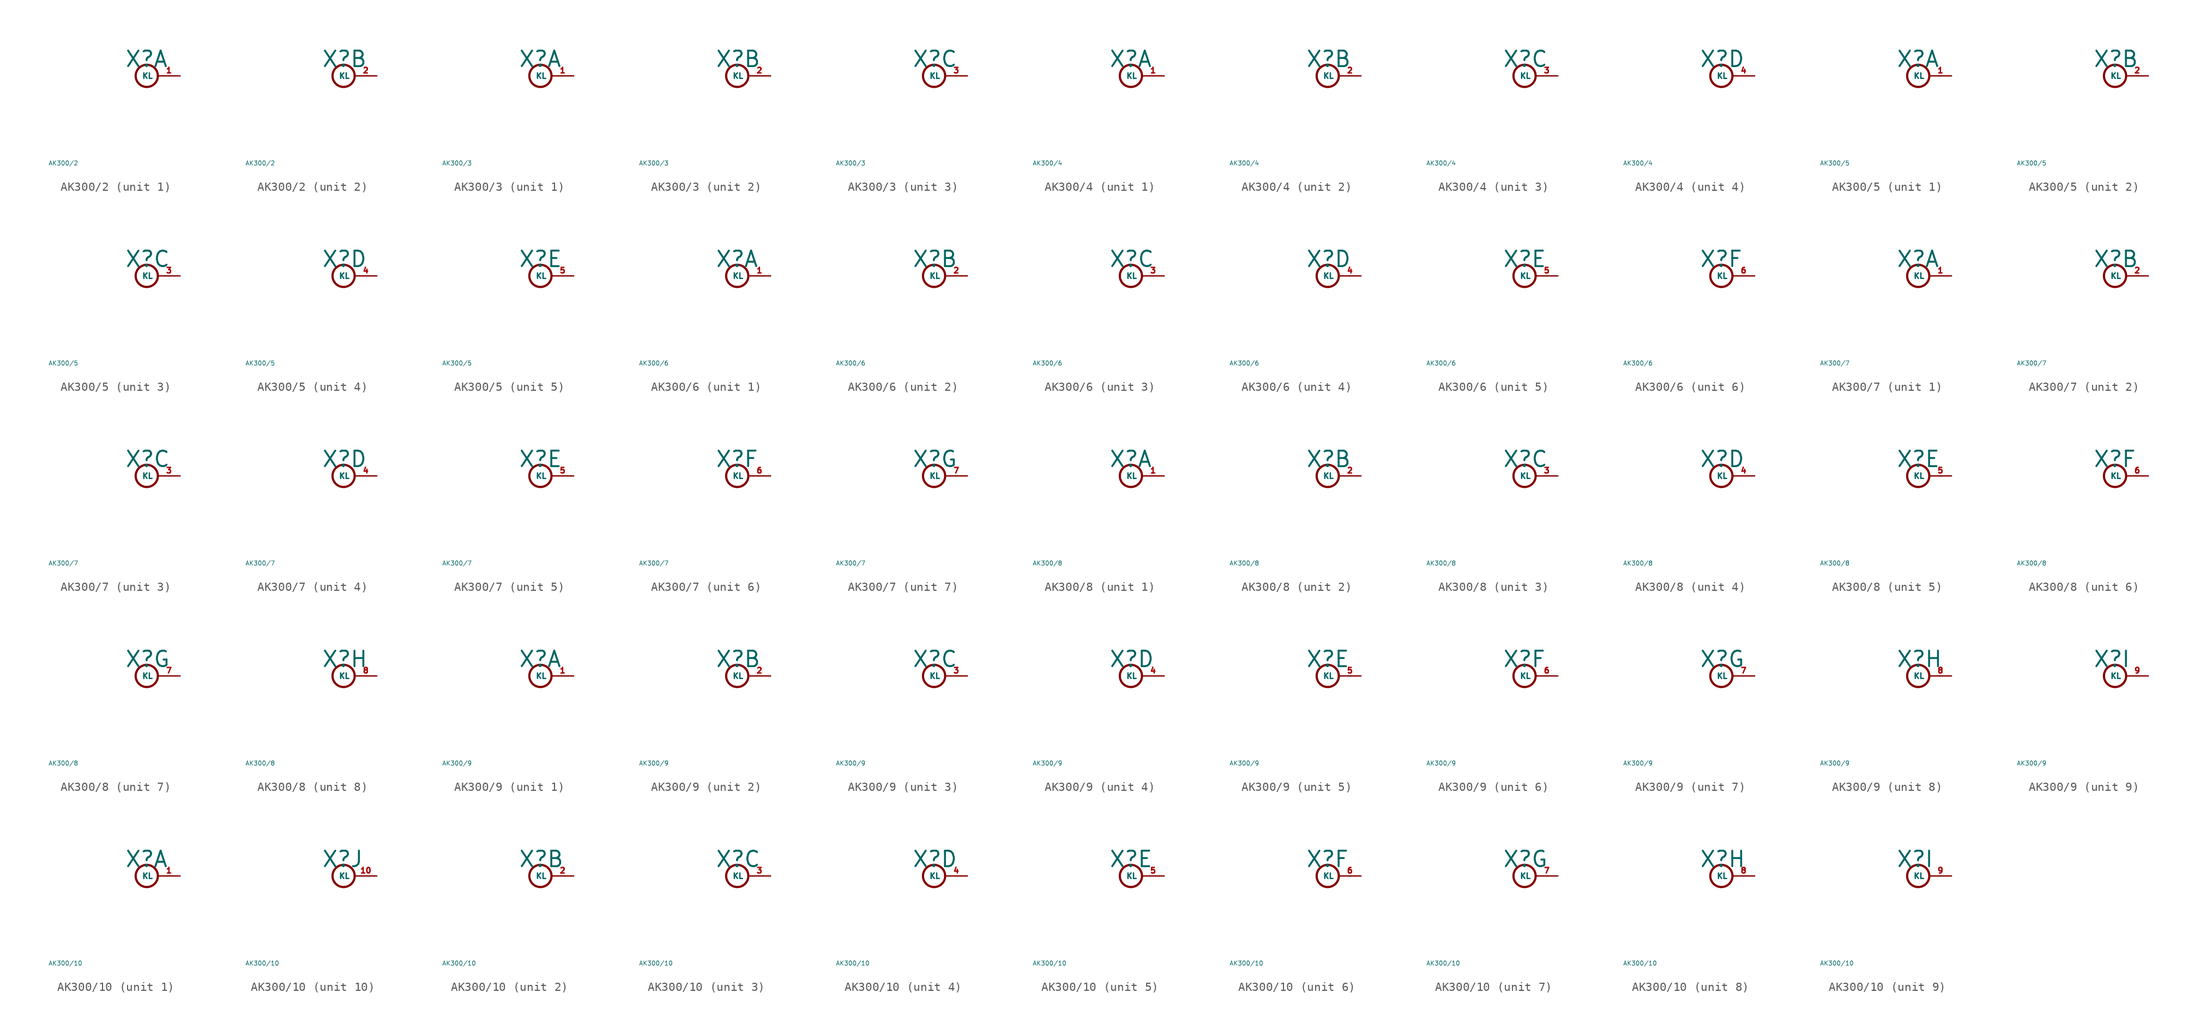
<source format=kicad_sym>
(kicad_symbol_lib
  (version 20220914)
  (generator Eagle2Kicad)
  (symbol "AK300/2"
    (property "Reference" "X"
      (at -1.27 0.889 0)
      (effects (font (size 1.778 1.778) (thickness 0.22)) (justify left bottom)))
    (property "Value" "AK300/2"
      (at -10 -10 0)
      (effects (font (size 0.5 0.5) (thickness 0.06)) (justify left)))
    (symbol "AK300/2_1_0"
      (circle (center 1.27 0) (radius 1.27) (stroke (width 0.254) (type default)) (fill (type none)))
      (pin passive line (at 5.08 0 180) (length 2.54) (name "KL" (effects (font (size 0.635 0.635) (thickness 0.08)) (justify left bottom))) (number "1" (effects (font (size 0.635 0.635) (thickness 0.08)) (justify left bottom)))))
    (symbol "AK300/2_2_0"
      (circle (center 1.27 0) (radius 1.27) (stroke (width 0.254) (type default)) (fill (type none)))
      (pin passive line (at 5.08 0 180) (length 2.54) (name "KL" (effects (font (size 0.635 0.635) (thickness 0.08)) (justify left bottom))) (number "2" (effects (font (size 0.635 0.635) (thickness 0.08)) (justify left bottom))))))
  (symbol "AK300/3"
    (property "Reference" "X"
      (at -1.27 0.889 0)
      (effects (font (size 1.778 1.778) (thickness 0.22)) (justify left bottom)))
    (property "Value" "AK300/3"
      (at -10 -10 0)
      (effects (font (size 0.5 0.5) (thickness 0.06)) (justify left)))
    (symbol "AK300/3_1_0"
      (circle (center 1.27 0) (radius 1.27) (stroke (width 0.254) (type default)) (fill (type none)))
      (pin passive line (at 5.08 0 180) (length 2.54) (name "KL" (effects (font (size 0.635 0.635) (thickness 0.08)) (justify left bottom))) (number "1" (effects (font (size 0.635 0.635) (thickness 0.08)) (justify left bottom)))))
    (symbol "AK300/3_2_0"
      (circle (center 1.27 0) (radius 1.27) (stroke (width 0.254) (type default)) (fill (type none)))
      (pin passive line (at 5.08 0 180) (length 2.54) (name "KL" (effects (font (size 0.635 0.635) (thickness 0.08)) (justify left bottom))) (number "2" (effects (font (size 0.635 0.635) (thickness 0.08)) (justify left bottom)))))
    (symbol "AK300/3_3_0"
      (circle (center 1.27 0) (radius 1.27) (stroke (width 0.254) (type default)) (fill (type none)))
      (pin passive line (at 5.08 0 180) (length 2.54) (name "KL" (effects (font (size 0.635 0.635) (thickness 0.08)) (justify left bottom))) (number "3" (effects (font (size 0.635 0.635) (thickness 0.08)) (justify left bottom))))))
  (symbol "AK300/4"
    (property "Reference" "X"
      (at -1.27 0.889 0)
      (effects (font (size 1.778 1.778) (thickness 0.22)) (justify left bottom)))
    (property "Value" "AK300/4"
      (at -10 -10 0)
      (effects (font (size 0.5 0.5) (thickness 0.06)) (justify left)))
    (symbol "AK300/4_1_0"
      (circle (center 1.27 0) (radius 1.27) (stroke (width 0.254) (type default)) (fill (type none)))
      (pin passive line (at 5.08 0 180) (length 2.54) (name "KL" (effects (font (size 0.635 0.635) (thickness 0.08)) (justify left bottom))) (number "1" (effects (font (size 0.635 0.635) (thickness 0.08)) (justify left bottom)))))
    (symbol "AK300/4_2_0"
      (circle (center 1.27 0) (radius 1.27) (stroke (width 0.254) (type default)) (fill (type none)))
      (pin passive line (at 5.08 0 180) (length 2.54) (name "KL" (effects (font (size 0.635 0.635) (thickness 0.08)) (justify left bottom))) (number "2" (effects (font (size 0.635 0.635) (thickness 0.08)) (justify left bottom)))))
    (symbol "AK300/4_3_0"
      (circle (center 1.27 0) (radius 1.27) (stroke (width 0.254) (type default)) (fill (type none)))
      (pin passive line (at 5.08 0 180) (length 2.54) (name "KL" (effects (font (size 0.635 0.635) (thickness 0.08)) (justify left bottom))) (number "3" (effects (font (size 0.635 0.635) (thickness 0.08)) (justify left bottom)))))
    (symbol "AK300/4_4_0"
      (circle (center 1.27 0) (radius 1.27) (stroke (width 0.254) (type default)) (fill (type none)))
      (pin passive line (at 5.08 0 180) (length 2.54) (name "KL" (effects (font (size 0.635 0.635) (thickness 0.08)) (justify left bottom))) (number "4" (effects (font (size 0.635 0.635) (thickness 0.08)) (justify left bottom))))))
  (symbol "AK300/5"
    (property "Reference" "X"
      (at -1.27 0.889 0)
      (effects (font (size 1.778 1.778) (thickness 0.22)) (justify left bottom)))
    (property "Value" "AK300/5"
      (at -10 -10 0)
      (effects (font (size 0.5 0.5) (thickness 0.06)) (justify left)))
    (symbol "AK300/5_1_0"
      (circle (center 1.27 0) (radius 1.27) (stroke (width 0.254) (type default)) (fill (type none)))
      (pin passive line (at 5.08 0 180) (length 2.54) (name "KL" (effects (font (size 0.635 0.635) (thickness 0.08)) (justify left bottom))) (number "1" (effects (font (size 0.635 0.635) (thickness 0.08)) (justify left bottom)))))
    (symbol "AK300/5_2_0"
      (circle (center 1.27 0) (radius 1.27) (stroke (width 0.254) (type default)) (fill (type none)))
      (pin passive line (at 5.08 0 180) (length 2.54) (name "KL" (effects (font (size 0.635 0.635) (thickness 0.08)) (justify left bottom))) (number "2" (effects (font (size 0.635 0.635) (thickness 0.08)) (justify left bottom)))))
    (symbol "AK300/5_3_0"
      (circle (center 1.27 0) (radius 1.27) (stroke (width 0.254) (type default)) (fill (type none)))
      (pin passive line (at 5.08 0 180) (length 2.54) (name "KL" (effects (font (size 0.635 0.635) (thickness 0.08)) (justify left bottom))) (number "3" (effects (font (size 0.635 0.635) (thickness 0.08)) (justify left bottom)))))
    (symbol "AK300/5_4_0"
      (circle (center 1.27 0) (radius 1.27) (stroke (width 0.254) (type default)) (fill (type none)))
      (pin passive line (at 5.08 0 180) (length 2.54) (name "KL" (effects (font (size 0.635 0.635) (thickness 0.08)) (justify left bottom))) (number "4" (effects (font (size 0.635 0.635) (thickness 0.08)) (justify left bottom)))))
    (symbol "AK300/5_5_0"
      (circle (center 1.27 0) (radius 1.27) (stroke (width 0.254) (type default)) (fill (type none)))
      (pin passive line (at 5.08 0 180) (length 2.54) (name "KL" (effects (font (size 0.635 0.635) (thickness 0.08)) (justify left bottom))) (number "5" (effects (font (size 0.635 0.635) (thickness 0.08)) (justify left bottom))))))
  (symbol "AK300/6"
    (property "Reference" "X"
      (at -1.27 0.889 0)
      (effects (font (size 1.778 1.778) (thickness 0.22)) (justify left bottom)))
    (property "Value" "AK300/6"
      (at -10 -10 0)
      (effects (font (size 0.5 0.5) (thickness 0.06)) (justify left)))
    (symbol "AK300/6_1_0"
      (circle (center 1.27 0) (radius 1.27) (stroke (width 0.254) (type default)) (fill (type none)))
      (pin passive line (at 5.08 0 180) (length 2.54) (name "KL" (effects (font (size 0.635 0.635) (thickness 0.08)) (justify left bottom))) (number "1" (effects (font (size 0.635 0.635) (thickness 0.08)) (justify left bottom)))))
    (symbol "AK300/6_2_0"
      (circle (center 1.27 0) (radius 1.27) (stroke (width 0.254) (type default)) (fill (type none)))
      (pin passive line (at 5.08 0 180) (length 2.54) (name "KL" (effects (font (size 0.635 0.635) (thickness 0.08)) (justify left bottom))) (number "2" (effects (font (size 0.635 0.635) (thickness 0.08)) (justify left bottom)))))
    (symbol "AK300/6_3_0"
      (circle (center 1.27 0) (radius 1.27) (stroke (width 0.254) (type default)) (fill (type none)))
      (pin passive line (at 5.08 0 180) (length 2.54) (name "KL" (effects (font (size 0.635 0.635) (thickness 0.08)) (justify left bottom))) (number "3" (effects (font (size 0.635 0.635) (thickness 0.08)) (justify left bottom)))))
    (symbol "AK300/6_4_0"
      (circle (center 1.27 0) (radius 1.27) (stroke (width 0.254) (type default)) (fill (type none)))
      (pin passive line (at 5.08 0 180) (length 2.54) (name "KL" (effects (font (size 0.635 0.635) (thickness 0.08)) (justify left bottom))) (number "4" (effects (font (size 0.635 0.635) (thickness 0.08)) (justify left bottom)))))
    (symbol "AK300/6_5_0"
      (circle (center 1.27 0) (radius 1.27) (stroke (width 0.254) (type default)) (fill (type none)))
      (pin passive line (at 5.08 0 180) (length 2.54) (name "KL" (effects (font (size 0.635 0.635) (thickness 0.08)) (justify left bottom))) (number "5" (effects (font (size 0.635 0.635) (thickness 0.08)) (justify left bottom)))))
    (symbol "AK300/6_6_0"
      (circle (center 1.27 0) (radius 1.27) (stroke (width 0.254) (type default)) (fill (type none)))
      (pin passive line (at 5.08 0 180) (length 2.54) (name "KL" (effects (font (size 0.635 0.635) (thickness 0.08)) (justify left bottom))) (number "6" (effects (font (size 0.635 0.635) (thickness 0.08)) (justify left bottom))))))
  (symbol "AK300/7"
    (property "Reference" "X"
      (at -1.27 0.889 0)
      (effects (font (size 1.778 1.778) (thickness 0.22)) (justify left bottom)))
    (property "Value" "AK300/7"
      (at -10 -10 0)
      (effects (font (size 0.5 0.5) (thickness 0.06)) (justify left)))
    (symbol "AK300/7_1_0"
      (circle (center 1.27 0) (radius 1.27) (stroke (width 0.254) (type default)) (fill (type none)))
      (pin passive line (at 5.08 0 180) (length 2.54) (name "KL" (effects (font (size 0.635 0.635) (thickness 0.08)) (justify left bottom))) (number "1" (effects (font (size 0.635 0.635) (thickness 0.08)) (justify left bottom)))))
    (symbol "AK300/7_2_0"
      (circle (center 1.27 0) (radius 1.27) (stroke (width 0.254) (type default)) (fill (type none)))
      (pin passive line (at 5.08 0 180) (length 2.54) (name "KL" (effects (font (size 0.635 0.635) (thickness 0.08)) (justify left bottom))) (number "2" (effects (font (size 0.635 0.635) (thickness 0.08)) (justify left bottom)))))
    (symbol "AK300/7_3_0"
      (circle (center 1.27 0) (radius 1.27) (stroke (width 0.254) (type default)) (fill (type none)))
      (pin passive line (at 5.08 0 180) (length 2.54) (name "KL" (effects (font (size 0.635 0.635) (thickness 0.08)) (justify left bottom))) (number "3" (effects (font (size 0.635 0.635) (thickness 0.08)) (justify left bottom)))))
    (symbol "AK300/7_4_0"
      (circle (center 1.27 0) (radius 1.27) (stroke (width 0.254) (type default)) (fill (type none)))
      (pin passive line (at 5.08 0 180) (length 2.54) (name "KL" (effects (font (size 0.635 0.635) (thickness 0.08)) (justify left bottom))) (number "4" (effects (font (size 0.635 0.635) (thickness 0.08)) (justify left bottom)))))
    (symbol "AK300/7_5_0"
      (circle (center 1.27 0) (radius 1.27) (stroke (width 0.254) (type default)) (fill (type none)))
      (pin passive line (at 5.08 0 180) (length 2.54) (name "KL" (effects (font (size 0.635 0.635) (thickness 0.08)) (justify left bottom))) (number "5" (effects (font (size 0.635 0.635) (thickness 0.08)) (justify left bottom)))))
    (symbol "AK300/7_6_0"
      (circle (center 1.27 0) (radius 1.27) (stroke (width 0.254) (type default)) (fill (type none)))
      (pin passive line (at 5.08 0 180) (length 2.54) (name "KL" (effects (font (size 0.635 0.635) (thickness 0.08)) (justify left bottom))) (number "6" (effects (font (size 0.635 0.635) (thickness 0.08)) (justify left bottom)))))
    (symbol "AK300/7_7_0"
      (circle (center 1.27 0) (radius 1.27) (stroke (width 0.254) (type default)) (fill (type none)))
      (pin passive line (at 5.08 0 180) (length 2.54) (name "KL" (effects (font (size 0.635 0.635) (thickness 0.08)) (justify left bottom))) (number "7" (effects (font (size 0.635 0.635) (thickness 0.08)) (justify left bottom))))))
  (symbol "AK300/8"
    (property "Reference" "X"
      (at -1.27 0.889 0)
      (effects (font (size 1.778 1.778) (thickness 0.22)) (justify left bottom)))
    (property "Value" "AK300/8"
      (at -10 -10 0)
      (effects (font (size 0.5 0.5) (thickness 0.06)) (justify left)))
    (symbol "AK300/8_1_0"
      (circle (center 1.27 0) (radius 1.27) (stroke (width 0.254) (type default)) (fill (type none)))
      (pin passive line (at 5.08 0 180) (length 2.54) (name "KL" (effects (font (size 0.635 0.635) (thickness 0.08)) (justify left bottom))) (number "1" (effects (font (size 0.635 0.635) (thickness 0.08)) (justify left bottom)))))
    (symbol "AK300/8_2_0"
      (circle (center 1.27 0) (radius 1.27) (stroke (width 0.254) (type default)) (fill (type none)))
      (pin passive line (at 5.08 0 180) (length 2.54) (name "KL" (effects (font (size 0.635 0.635) (thickness 0.08)) (justify left bottom))) (number "2" (effects (font (size 0.635 0.635) (thickness 0.08)) (justify left bottom)))))
    (symbol "AK300/8_3_0"
      (circle (center 1.27 0) (radius 1.27) (stroke (width 0.254) (type default)) (fill (type none)))
      (pin passive line (at 5.08 0 180) (length 2.54) (name "KL" (effects (font (size 0.635 0.635) (thickness 0.08)) (justify left bottom))) (number "3" (effects (font (size 0.635 0.635) (thickness 0.08)) (justify left bottom)))))
    (symbol "AK300/8_4_0"
      (circle (center 1.27 0) (radius 1.27) (stroke (width 0.254) (type default)) (fill (type none)))
      (pin passive line (at 5.08 0 180) (length 2.54) (name "KL" (effects (font (size 0.635 0.635) (thickness 0.08)) (justify left bottom))) (number "4" (effects (font (size 0.635 0.635) (thickness 0.08)) (justify left bottom)))))
    (symbol "AK300/8_5_0"
      (circle (center 1.27 0) (radius 1.27) (stroke (width 0.254) (type default)) (fill (type none)))
      (pin passive line (at 5.08 0 180) (length 2.54) (name "KL" (effects (font (size 0.635 0.635) (thickness 0.08)) (justify left bottom))) (number "5" (effects (font (size 0.635 0.635) (thickness 0.08)) (justify left bottom)))))
    (symbol "AK300/8_6_0"
      (circle (center 1.27 0) (radius 1.27) (stroke (width 0.254) (type default)) (fill (type none)))
      (pin passive line (at 5.08 0 180) (length 2.54) (name "KL" (effects (font (size 0.635 0.635) (thickness 0.08)) (justify left bottom))) (number "6" (effects (font (size 0.635 0.635) (thickness 0.08)) (justify left bottom)))))
    (symbol "AK300/8_7_0"
      (circle (center 1.27 0) (radius 1.27) (stroke (width 0.254) (type default)) (fill (type none)))
      (pin passive line (at 5.08 0 180) (length 2.54) (name "KL" (effects (font (size 0.635 0.635) (thickness 0.08)) (justify left bottom))) (number "7" (effects (font (size 0.635 0.635) (thickness 0.08)) (justify left bottom)))))
    (symbol "AK300/8_8_0"
      (circle (center 1.27 0) (radius 1.27) (stroke (width 0.254) (type default)) (fill (type none)))
      (pin passive line (at 5.08 0 180) (length 2.54) (name "KL" (effects (font (size 0.635 0.635) (thickness 0.08)) (justify left bottom))) (number "8" (effects (font (size 0.635 0.635) (thickness 0.08)) (justify left bottom))))))
  (symbol "AK300/9"
    (property "Reference" "X"
      (at -1.27 0.889 0)
      (effects (font (size 1.778 1.778) (thickness 0.22)) (justify left bottom)))
    (property "Value" "AK300/9"
      (at -10 -10 0)
      (effects (font (size 0.5 0.5) (thickness 0.06)) (justify left)))
    (symbol "AK300/9_1_0"
      (circle (center 1.27 0) (radius 1.27) (stroke (width 0.254) (type default)) (fill (type none)))
      (pin passive line (at 5.08 0 180) (length 2.54) (name "KL" (effects (font (size 0.635 0.635) (thickness 0.08)) (justify left bottom))) (number "1" (effects (font (size 0.635 0.635) (thickness 0.08)) (justify left bottom)))))
    (symbol "AK300/9_2_0"
      (circle (center 1.27 0) (radius 1.27) (stroke (width 0.254) (type default)) (fill (type none)))
      (pin passive line (at 5.08 0 180) (length 2.54) (name "KL" (effects (font (size 0.635 0.635) (thickness 0.08)) (justify left bottom))) (number "2" (effects (font (size 0.635 0.635) (thickness 0.08)) (justify left bottom)))))
    (symbol "AK300/9_3_0"
      (circle (center 1.27 0) (radius 1.27) (stroke (width 0.254) (type default)) (fill (type none)))
      (pin passive line (at 5.08 0 180) (length 2.54) (name "KL" (effects (font (size 0.635 0.635) (thickness 0.08)) (justify left bottom))) (number "3" (effects (font (size 0.635 0.635) (thickness 0.08)) (justify left bottom)))))
    (symbol "AK300/9_4_0"
      (circle (center 1.27 0) (radius 1.27) (stroke (width 0.254) (type default)) (fill (type none)))
      (pin passive line (at 5.08 0 180) (length 2.54) (name "KL" (effects (font (size 0.635 0.635) (thickness 0.08)) (justify left bottom))) (number "4" (effects (font (size 0.635 0.635) (thickness 0.08)) (justify left bottom)))))
    (symbol "AK300/9_5_0"
      (circle (center 1.27 0) (radius 1.27) (stroke (width 0.254) (type default)) (fill (type none)))
      (pin passive line (at 5.08 0 180) (length 2.54) (name "KL" (effects (font (size 0.635 0.635) (thickness 0.08)) (justify left bottom))) (number "5" (effects (font (size 0.635 0.635) (thickness 0.08)) (justify left bottom)))))
    (symbol "AK300/9_6_0"
      (circle (center 1.27 0) (radius 1.27) (stroke (width 0.254) (type default)) (fill (type none)))
      (pin passive line (at 5.08 0 180) (length 2.54) (name "KL" (effects (font (size 0.635 0.635) (thickness 0.08)) (justify left bottom))) (number "6" (effects (font (size 0.635 0.635) (thickness 0.08)) (justify left bottom)))))
    (symbol "AK300/9_7_0"
      (circle (center 1.27 0) (radius 1.27) (stroke (width 0.254) (type default)) (fill (type none)))
      (pin passive line (at 5.08 0 180) (length 2.54) (name "KL" (effects (font (size 0.635 0.635) (thickness 0.08)) (justify left bottom))) (number "7" (effects (font (size 0.635 0.635) (thickness 0.08)) (justify left bottom)))))
    (symbol "AK300/9_8_0"
      (circle (center 1.27 0) (radius 1.27) (stroke (width 0.254) (type default)) (fill (type none)))
      (pin passive line (at 5.08 0 180) (length 2.54) (name "KL" (effects (font (size 0.635 0.635) (thickness 0.08)) (justify left bottom))) (number "8" (effects (font (size 0.635 0.635) (thickness 0.08)) (justify left bottom)))))
    (symbol "AK300/9_9_0"
      (circle (center 1.27 0) (radius 1.27) (stroke (width 0.254) (type default)) (fill (type none)))
      (pin passive line (at 5.08 0 180) (length 2.54) (name "KL" (effects (font (size 0.635 0.635) (thickness 0.08)) (justify left bottom))) (number "9" (effects (font (size 0.635 0.635) (thickness 0.08)) (justify left bottom))))))
  (symbol "AK300/10"
    (property "Reference" "X"
      (at -1.27 0.889 0)
      (effects (font (size 1.778 1.778) (thickness 0.22)) (justify left bottom)))
    (property "Value" "AK300/10"
      (at -10 -10 0)
      (effects (font (size 0.5 0.5) (thickness 0.06)) (justify left)))
    (symbol "AK300/10_1_0"
      (circle (center 1.27 0) (radius 1.27) (stroke (width 0.254) (type default)) (fill (type none)))
      (pin passive line (at 5.08 0 180) (length 2.54) (name "KL" (effects (font (size 0.635 0.635) (thickness 0.08)) (justify left bottom))) (number "1" (effects (font (size 0.635 0.635) (thickness 0.08)) (justify left bottom)))))
    (symbol "AK300/10_2_0"
      (circle (center 1.27 0) (radius 1.27) (stroke (width 0.254) (type default)) (fill (type none)))
      (pin passive line (at 5.08 0 180) (length 2.54) (name "KL" (effects (font (size 0.635 0.635) (thickness 0.08)) (justify left bottom))) (number "2" (effects (font (size 0.635 0.635) (thickness 0.08)) (justify left bottom)))))
    (symbol "AK300/10_3_0"
      (circle (center 1.27 0) (radius 1.27) (stroke (width 0.254) (type default)) (fill (type none)))
      (pin passive line (at 5.08 0 180) (length 2.54) (name "KL" (effects (font (size 0.635 0.635) (thickness 0.08)) (justify left bottom))) (number "3" (effects (font (size 0.635 0.635) (thickness 0.08)) (justify left bottom)))))
    (symbol "AK300/10_4_0"
      (circle (center 1.27 0) (radius 1.27) (stroke (width 0.254) (type default)) (fill (type none)))
      (pin passive line (at 5.08 0 180) (length 2.54) (name "KL" (effects (font (size 0.635 0.635) (thickness 0.08)) (justify left bottom))) (number "4" (effects (font (size 0.635 0.635) (thickness 0.08)) (justify left bottom)))))
    (symbol "AK300/10_5_0"
      (circle (center 1.27 0) (radius 1.27) (stroke (width 0.254) (type default)) (fill (type none)))
      (pin passive line (at 5.08 0 180) (length 2.54) (name "KL" (effects (font (size 0.635 0.635) (thickness 0.08)) (justify left bottom))) (number "5" (effects (font (size 0.635 0.635) (thickness 0.08)) (justify left bottom)))))
    (symbol "AK300/10_6_0"
      (circle (center 1.27 0) (radius 1.27) (stroke (width 0.254) (type default)) (fill (type none)))
      (pin passive line (at 5.08 0 180) (length 2.54) (name "KL" (effects (font (size 0.635 0.635) (thickness 0.08)) (justify left bottom))) (number "6" (effects (font (size 0.635 0.635) (thickness 0.08)) (justify left bottom)))))
    (symbol "AK300/10_7_0"
      (circle (center 1.27 0) (radius 1.27) (stroke (width 0.254) (type default)) (fill (type none)))
      (pin passive line (at 5.08 0 180) (length 2.54) (name "KL" (effects (font (size 0.635 0.635) (thickness 0.08)) (justify left bottom))) (number "7" (effects (font (size 0.635 0.635) (thickness 0.08)) (justify left bottom)))))
    (symbol "AK300/10_8_0"
      (circle (center 1.27 0) (radius 1.27) (stroke (width 0.254) (type default)) (fill (type none)))
      (pin passive line (at 5.08 0 180) (length 2.54) (name "KL" (effects (font (size 0.635 0.635) (thickness 0.08)) (justify left bottom))) (number "8" (effects (font (size 0.635 0.635) (thickness 0.08)) (justify left bottom)))))
    (symbol "AK300/10_9_0"
      (circle (center 1.27 0) (radius 1.27) (stroke (width 0.254) (type default)) (fill (type none)))
      (pin passive line (at 5.08 0 180) (length 2.54) (name "KL" (effects (font (size 0.635 0.635) (thickness 0.08)) (justify left bottom))) (number "9" (effects (font (size 0.635 0.635) (thickness 0.08)) (justify left bottom)))))
    (symbol "AK300/10_10_0"
      (circle (center 1.27 0) (radius 1.27) (stroke (width 0.254) (type default)) (fill (type none)))
      (pin passive line (at 5.08 0 180) (length 2.54) (name "KL" (effects (font (size 0.635 0.635) (thickness 0.08)) (justify left bottom))) (number "10" (effects (font (size 0.635 0.635) (thickness 0.08)) (justify left bottom)))))))
</source>
